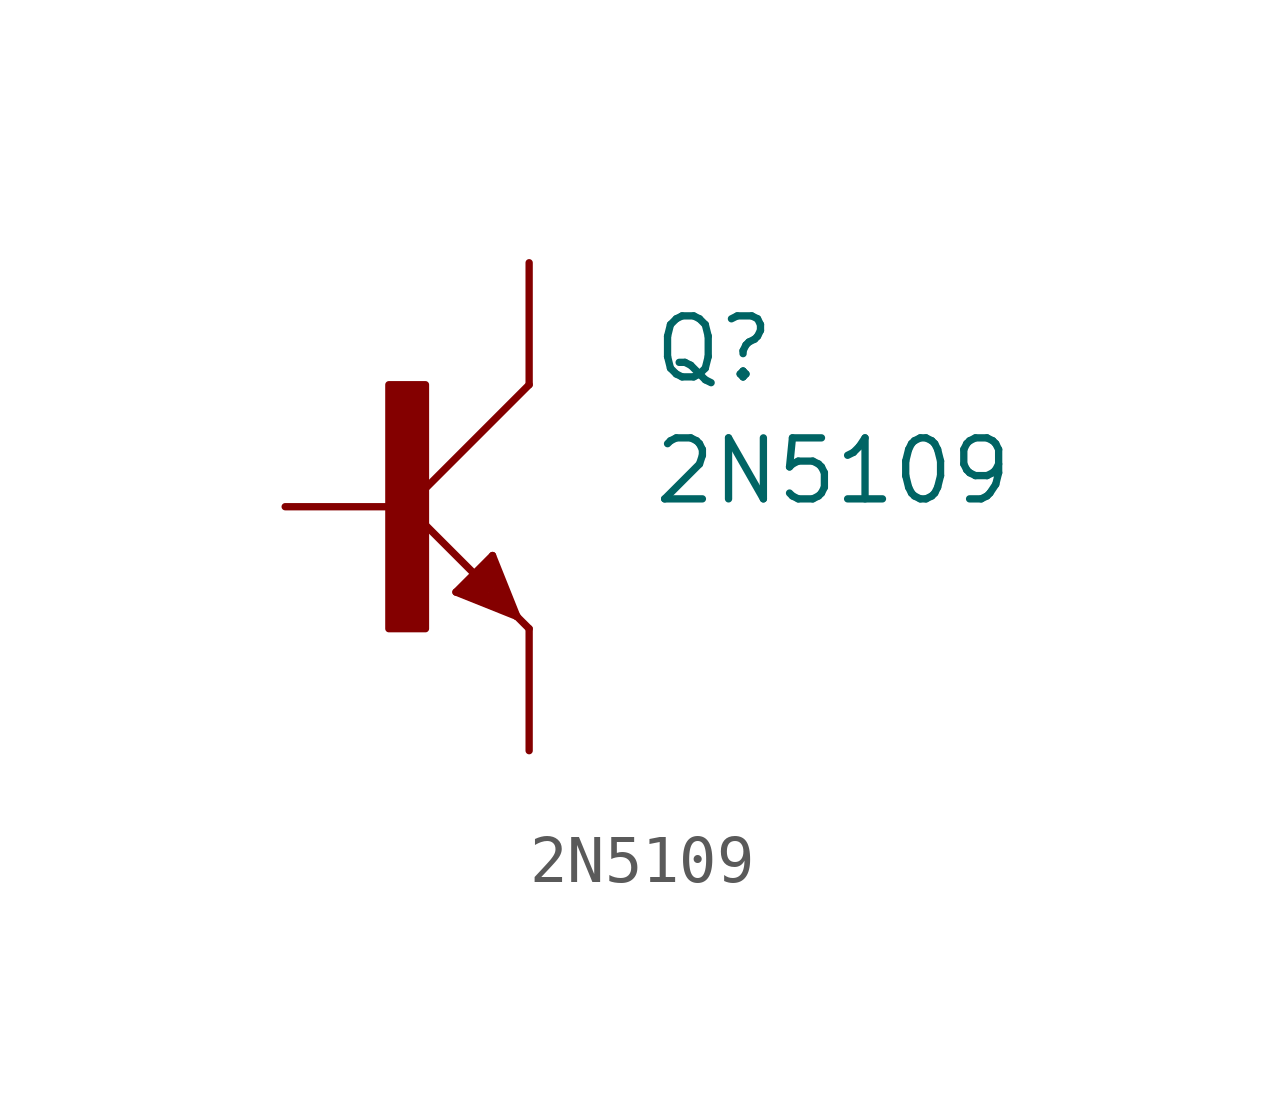
<source format=kicad_sym>
(kicad_symbol_lib
  (version 20211014)
  (generator kicad_symbol_editor)
  (symbol "2N5109"
    (pin_numbers hide)
    (pin_names
      (offset 1.016) hide)
    (property "Reference" "Q"
      (at 5.08 2.54 0)
      (effects (font (size 1.27 1.27)) (justify left bottom)))
    (property "Value" "2N5109"
      (at 5.08 0 0)
      (effects (font (size 1.27 1.27)) (justify left bottom)))
    (property "ki_locked" ""
      (at 0 0 0)
      (effects (font (size 1.27 1.27))))
    (symbol "2N5109_0_0"
      (rectangle (start -0.381 -2.54) (end 0.381 2.54) (stroke (width 0) (type default) (color 0 0 0 0)) (fill (type outline)))
      (polyline (pts (xy 0 0) (xy 2.032 -2.032)) (stroke (width 0.152) (type default) (color 0 0 0 0)) (fill (type none)))
      (polyline (pts (xy 1.016 -1.778) (xy 1.778 -1.016)) (stroke (width 0.152) (type default) (color 0 0 0 0)) (fill (type none)))
      (polyline (pts (xy 1.27 -1.778) (xy 2.032 -2.032)) (stroke (width 0.254) (type default) (color 0 0 0 0)) (fill (type none)))
      (polyline (pts (xy 1.524 -1.778) (xy 1.778 -1.524)) (stroke (width 0.254) (type default) (color 0 0 0 0)) (fill (type none)))
      (polyline (pts (xy 1.778 -1.27) (xy 1.27 -1.778)) (stroke (width 0.254) (type default) (color 0 0 0 0)) (fill (type none)))
      (polyline (pts (xy 1.778 -1.016) (xy 2.286 -2.286)) (stroke (width 0.152) (type default) (color 0 0 0 0)) (fill (type none)))
      (polyline (pts (xy 2.032 -2.032) (xy 1.778 -1.27)) (stroke (width 0.254) (type default) (color 0 0 0 0)) (fill (type none)))
      (polyline (pts (xy 2.032 -2.032) (xy 2.286 -2.286)) (stroke (width 0.152) (type default) (color 0 0 0 0)) (fill (type none)))
      (polyline (pts (xy 2.286 -2.286) (xy 1.016 -1.778)) (stroke (width 0.152) (type default) (color 0 0 0 0)) (fill (type none)))
      (polyline (pts (xy 2.286 -2.286) (xy 2.54 -2.54)) (stroke (width 0.152) (type default) (color 0 0 0 0)) (fill (type none)))
      (polyline (pts (xy 2.54 2.54) (xy 0 0)) (stroke (width 0.152) (type default) (color 0 0 0 0)) (fill (type none)))
      (pin passive line (at -2.54 0 0) (length 2.54) (name "~" (effects (font (size 1.016 1.016)))) (number "B" (effects (font (size 1.016 1.016)))))
      (pin passive line (at 2.54 5.08 270) (length 2.54) (name "~" (effects (font (size 1.016 1.016)))) (number "C" (effects (font (size 1.016 1.016)))))
      (pin passive line (at 2.54 -5.08 90) (length 2.54) (name "~" (effects (font (size 1.016 1.016)))) (number "E" (effects (font (size 1.016 1.016))))))))
</source>
